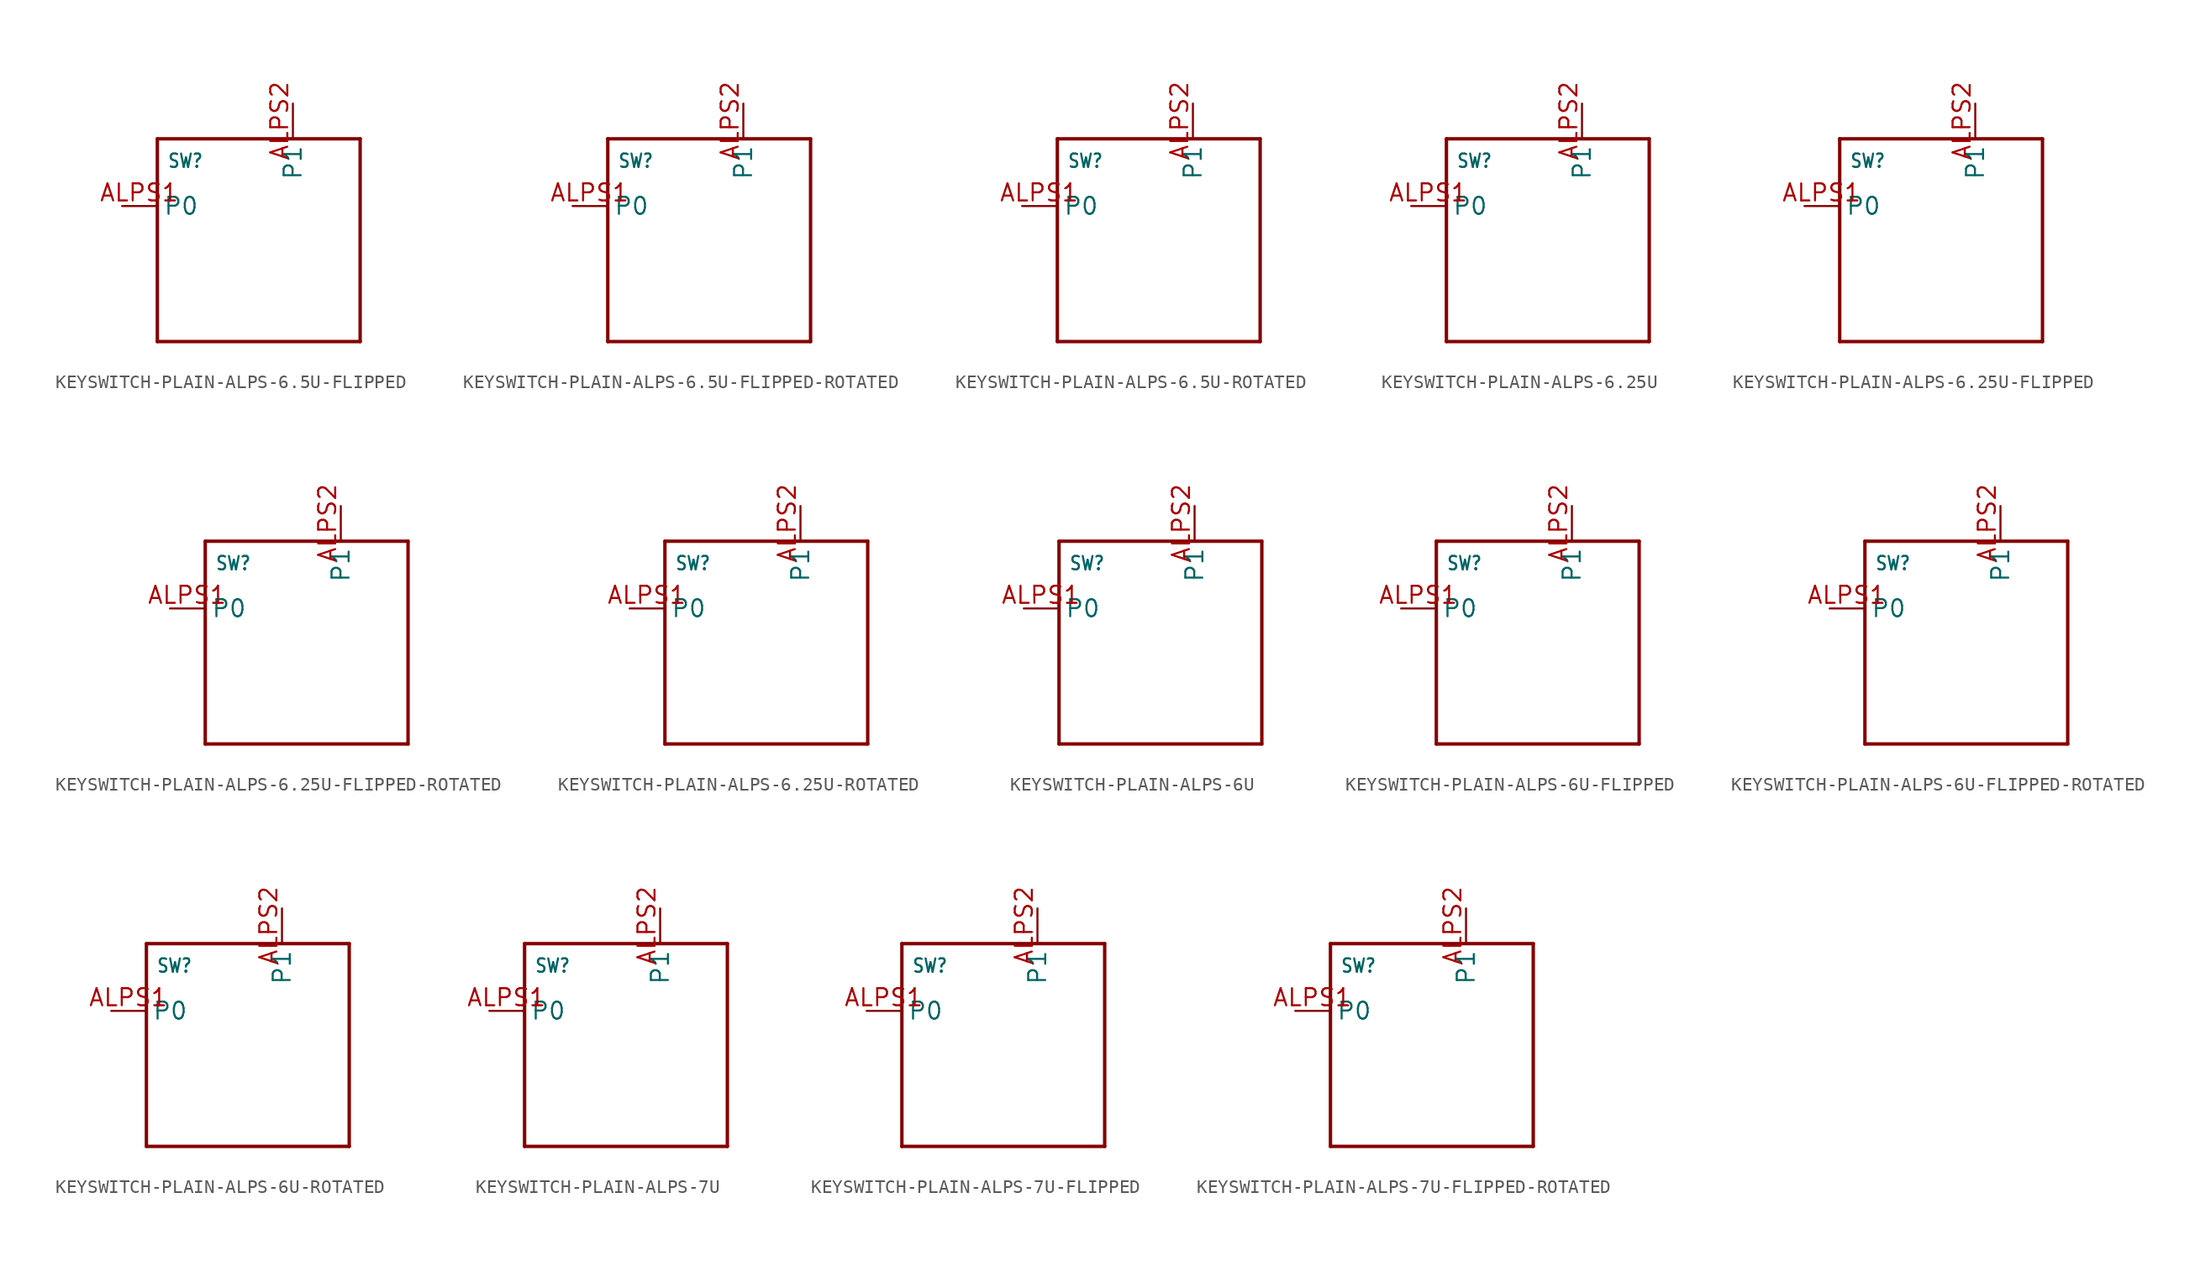
<source format=kicad_sym>
(kicad_symbol_lib
  (version 20211014)
  (generator kicad_symbol_editor)
  (symbol "KEYSWITCH-PLAIN-ALPS-6.5U-FLIPPED"
    (property "Reference" "SW"
      (at -6.81 5.318 0)
      (effects (font (size 1 0.85)) (justify left bottom)))
    (property "ki_locked" ""
      (at 0 0 0)
      (effects (font (size 1.27 1.27))))
    (symbol "KEYSWITCH-PLAIN-ALPS-6.5U-FLIPPED_1_0"
      (polyline (pts (xy -7.54 -7.54) (xy -7.54 7.54)) (stroke (width 0.254) (type default) (color 0 0 0 0)) (fill (type none)))
      (polyline (pts (xy -7.54 7.54) (xy 7.54 7.54)) (stroke (width 0.254) (type default) (color 0 0 0 0)) (fill (type none)))
      (polyline (pts (xy 7.54 -7.54) (xy -7.54 -7.54)) (stroke (width 0.254) (type default) (color 0 0 0 0)) (fill (type none)))
      (polyline (pts (xy 7.54 7.54) (xy 7.54 -7.54)) (stroke (width 0.254) (type default) (color 0 0 0 0)) (fill (type none)))
      (pin bidirectional line (at -10.16 2.54 0) (length 2.54) (name "P0" (effects (font (size 1.27 1.27)))) (number "ALPS1" (effects (font (size 1.27 1.27)))))
      (pin bidirectional line (at 2.54 10.16 270) (length 2.54) (name "P1" (effects (font (size 1.27 1.27)))) (number "ALPS2" (effects (font (size 1.27 1.27)))))))
  (symbol "KEYSWITCH-PLAIN-ALPS-6.5U-FLIPPED-ROTATED"
    (property "Reference" "SW"
      (at -6.81 5.318 0)
      (effects (font (size 1 0.85)) (justify left bottom)))
    (property "ki_locked" ""
      (at 0 0 0)
      (effects (font (size 1.27 1.27))))
    (symbol "KEYSWITCH-PLAIN-ALPS-6.5U-FLIPPED-ROTATED_1_0"
      (polyline (pts (xy -7.54 -7.54) (xy -7.54 7.54)) (stroke (width 0.254) (type default) (color 0 0 0 0)) (fill (type none)))
      (polyline (pts (xy -7.54 7.54) (xy 7.54 7.54)) (stroke (width 0.254) (type default) (color 0 0 0 0)) (fill (type none)))
      (polyline (pts (xy 7.54 -7.54) (xy -7.54 -7.54)) (stroke (width 0.254) (type default) (color 0 0 0 0)) (fill (type none)))
      (polyline (pts (xy 7.54 7.54) (xy 7.54 -7.54)) (stroke (width 0.254) (type default) (color 0 0 0 0)) (fill (type none)))
      (pin bidirectional line (at -10.16 2.54 0) (length 2.54) (name "P0" (effects (font (size 1.27 1.27)))) (number "ALPS1" (effects (font (size 1.27 1.27)))))
      (pin bidirectional line (at 2.54 10.16 270) (length 2.54) (name "P1" (effects (font (size 1.27 1.27)))) (number "ALPS2" (effects (font (size 1.27 1.27)))))))
  (symbol "KEYSWITCH-PLAIN-ALPS-6.5U-ROTATED"
    (property "Reference" "SW"
      (at -6.81 5.318 0)
      (effects (font (size 1 0.85)) (justify left bottom)))
    (property "ki_locked" ""
      (at 0 0 0)
      (effects (font (size 1.27 1.27))))
    (symbol "KEYSWITCH-PLAIN-ALPS-6.5U-ROTATED_1_0"
      (polyline (pts (xy -7.54 -7.54) (xy -7.54 7.54)) (stroke (width 0.254) (type default) (color 0 0 0 0)) (fill (type none)))
      (polyline (pts (xy -7.54 7.54) (xy 7.54 7.54)) (stroke (width 0.254) (type default) (color 0 0 0 0)) (fill (type none)))
      (polyline (pts (xy 7.54 -7.54) (xy -7.54 -7.54)) (stroke (width 0.254) (type default) (color 0 0 0 0)) (fill (type none)))
      (polyline (pts (xy 7.54 7.54) (xy 7.54 -7.54)) (stroke (width 0.254) (type default) (color 0 0 0 0)) (fill (type none)))
      (pin bidirectional line (at -10.16 2.54 0) (length 2.54) (name "P0" (effects (font (size 1.27 1.27)))) (number "ALPS1" (effects (font (size 1.27 1.27)))))
      (pin bidirectional line (at 2.54 10.16 270) (length 2.54) (name "P1" (effects (font (size 1.27 1.27)))) (number "ALPS2" (effects (font (size 1.27 1.27)))))))
  (symbol "KEYSWITCH-PLAIN-ALPS-6.25U"
    (property "Reference" "SW"
      (at -6.81 5.318 0)
      (effects (font (size 1 0.85)) (justify left bottom)))
    (property "ki_locked" ""
      (at 0 0 0)
      (effects (font (size 1.27 1.27))))
    (symbol "KEYSWITCH-PLAIN-ALPS-6.25U_1_0"
      (polyline (pts (xy -7.54 -7.54) (xy -7.54 7.54)) (stroke (width 0.254) (type default) (color 0 0 0 0)) (fill (type none)))
      (polyline (pts (xy -7.54 7.54) (xy 7.54 7.54)) (stroke (width 0.254) (type default) (color 0 0 0 0)) (fill (type none)))
      (polyline (pts (xy 7.54 -7.54) (xy -7.54 -7.54)) (stroke (width 0.254) (type default) (color 0 0 0 0)) (fill (type none)))
      (polyline (pts (xy 7.54 7.54) (xy 7.54 -7.54)) (stroke (width 0.254) (type default) (color 0 0 0 0)) (fill (type none)))
      (pin bidirectional line (at -10.16 2.54 0) (length 2.54) (name "P0" (effects (font (size 1.27 1.27)))) (number "ALPS1" (effects (font (size 1.27 1.27)))))
      (pin bidirectional line (at 2.54 10.16 270) (length 2.54) (name "P1" (effects (font (size 1.27 1.27)))) (number "ALPS2" (effects (font (size 1.27 1.27)))))))
  (symbol "KEYSWITCH-PLAIN-ALPS-6.25U-FLIPPED"
    (property "Reference" "SW"
      (at -6.81 5.318 0)
      (effects (font (size 1 0.85)) (justify left bottom)))
    (property "ki_locked" ""
      (at 0 0 0)
      (effects (font (size 1.27 1.27))))
    (symbol "KEYSWITCH-PLAIN-ALPS-6.25U-FLIPPED_1_0"
      (polyline (pts (xy -7.54 -7.54) (xy -7.54 7.54)) (stroke (width 0.254) (type default) (color 0 0 0 0)) (fill (type none)))
      (polyline (pts (xy -7.54 7.54) (xy 7.54 7.54)) (stroke (width 0.254) (type default) (color 0 0 0 0)) (fill (type none)))
      (polyline (pts (xy 7.54 -7.54) (xy -7.54 -7.54)) (stroke (width 0.254) (type default) (color 0 0 0 0)) (fill (type none)))
      (polyline (pts (xy 7.54 7.54) (xy 7.54 -7.54)) (stroke (width 0.254) (type default) (color 0 0 0 0)) (fill (type none)))
      (pin bidirectional line (at -10.16 2.54 0) (length 2.54) (name "P0" (effects (font (size 1.27 1.27)))) (number "ALPS1" (effects (font (size 1.27 1.27)))))
      (pin bidirectional line (at 2.54 10.16 270) (length 2.54) (name "P1" (effects (font (size 1.27 1.27)))) (number "ALPS2" (effects (font (size 1.27 1.27)))))))
  (symbol "KEYSWITCH-PLAIN-ALPS-6.25U-FLIPPED-ROTATED"
    (property "Reference" "SW"
      (at -6.81 5.318 0)
      (effects (font (size 1 0.85)) (justify left bottom)))
    (property "ki_locked" ""
      (at 0 0 0)
      (effects (font (size 1.27 1.27))))
    (symbol "KEYSWITCH-PLAIN-ALPS-6.25U-FLIPPED-ROTATED_1_0"
      (polyline (pts (xy -7.54 -7.54) (xy -7.54 7.54)) (stroke (width 0.254) (type default) (color 0 0 0 0)) (fill (type none)))
      (polyline (pts (xy -7.54 7.54) (xy 7.54 7.54)) (stroke (width 0.254) (type default) (color 0 0 0 0)) (fill (type none)))
      (polyline (pts (xy 7.54 -7.54) (xy -7.54 -7.54)) (stroke (width 0.254) (type default) (color 0 0 0 0)) (fill (type none)))
      (polyline (pts (xy 7.54 7.54) (xy 7.54 -7.54)) (stroke (width 0.254) (type default) (color 0 0 0 0)) (fill (type none)))
      (pin bidirectional line (at -10.16 2.54 0) (length 2.54) (name "P0" (effects (font (size 1.27 1.27)))) (number "ALPS1" (effects (font (size 1.27 1.27)))))
      (pin bidirectional line (at 2.54 10.16 270) (length 2.54) (name "P1" (effects (font (size 1.27 1.27)))) (number "ALPS2" (effects (font (size 1.27 1.27)))))))
  (symbol "KEYSWITCH-PLAIN-ALPS-6.25U-ROTATED"
    (property "Reference" "SW"
      (at -6.81 5.318 0)
      (effects (font (size 1 0.85)) (justify left bottom)))
    (property "ki_locked" ""
      (at 0 0 0)
      (effects (font (size 1.27 1.27))))
    (symbol "KEYSWITCH-PLAIN-ALPS-6.25U-ROTATED_1_0"
      (polyline (pts (xy -7.54 -7.54) (xy -7.54 7.54)) (stroke (width 0.254) (type default) (color 0 0 0 0)) (fill (type none)))
      (polyline (pts (xy -7.54 7.54) (xy 7.54 7.54)) (stroke (width 0.254) (type default) (color 0 0 0 0)) (fill (type none)))
      (polyline (pts (xy 7.54 -7.54) (xy -7.54 -7.54)) (stroke (width 0.254) (type default) (color 0 0 0 0)) (fill (type none)))
      (polyline (pts (xy 7.54 7.54) (xy 7.54 -7.54)) (stroke (width 0.254) (type default) (color 0 0 0 0)) (fill (type none)))
      (pin bidirectional line (at -10.16 2.54 0) (length 2.54) (name "P0" (effects (font (size 1.27 1.27)))) (number "ALPS1" (effects (font (size 1.27 1.27)))))
      (pin bidirectional line (at 2.54 10.16 270) (length 2.54) (name "P1" (effects (font (size 1.27 1.27)))) (number "ALPS2" (effects (font (size 1.27 1.27)))))))
  (symbol "KEYSWITCH-PLAIN-ALPS-6U"
    (property "Reference" "SW"
      (at -6.81 5.318 0)
      (effects (font (size 1 0.85)) (justify left bottom)))
    (property "ki_locked" ""
      (at 0 0 0)
      (effects (font (size 1.27 1.27))))
    (symbol "KEYSWITCH-PLAIN-ALPS-6U_1_0"
      (polyline (pts (xy -7.54 -7.54) (xy -7.54 7.54)) (stroke (width 0.254) (type default) (color 0 0 0 0)) (fill (type none)))
      (polyline (pts (xy -7.54 7.54) (xy 7.54 7.54)) (stroke (width 0.254) (type default) (color 0 0 0 0)) (fill (type none)))
      (polyline (pts (xy 7.54 -7.54) (xy -7.54 -7.54)) (stroke (width 0.254) (type default) (color 0 0 0 0)) (fill (type none)))
      (polyline (pts (xy 7.54 7.54) (xy 7.54 -7.54)) (stroke (width 0.254) (type default) (color 0 0 0 0)) (fill (type none)))
      (pin bidirectional line (at -10.16 2.54 0) (length 2.54) (name "P0" (effects (font (size 1.27 1.27)))) (number "ALPS1" (effects (font (size 1.27 1.27)))))
      (pin bidirectional line (at 2.54 10.16 270) (length 2.54) (name "P1" (effects (font (size 1.27 1.27)))) (number "ALPS2" (effects (font (size 1.27 1.27)))))))
  (symbol "KEYSWITCH-PLAIN-ALPS-6U-FLIPPED"
    (property "Reference" "SW"
      (at -6.81 5.318 0)
      (effects (font (size 1 0.85)) (justify left bottom)))
    (property "ki_locked" ""
      (at 0 0 0)
      (effects (font (size 1.27 1.27))))
    (symbol "KEYSWITCH-PLAIN-ALPS-6U-FLIPPED_1_0"
      (polyline (pts (xy -7.54 -7.54) (xy -7.54 7.54)) (stroke (width 0.254) (type default) (color 0 0 0 0)) (fill (type none)))
      (polyline (pts (xy -7.54 7.54) (xy 7.54 7.54)) (stroke (width 0.254) (type default) (color 0 0 0 0)) (fill (type none)))
      (polyline (pts (xy 7.54 -7.54) (xy -7.54 -7.54)) (stroke (width 0.254) (type default) (color 0 0 0 0)) (fill (type none)))
      (polyline (pts (xy 7.54 7.54) (xy 7.54 -7.54)) (stroke (width 0.254) (type default) (color 0 0 0 0)) (fill (type none)))
      (pin bidirectional line (at -10.16 2.54 0) (length 2.54) (name "P0" (effects (font (size 1.27 1.27)))) (number "ALPS1" (effects (font (size 1.27 1.27)))))
      (pin bidirectional line (at 2.54 10.16 270) (length 2.54) (name "P1" (effects (font (size 1.27 1.27)))) (number "ALPS2" (effects (font (size 1.27 1.27)))))))
  (symbol "KEYSWITCH-PLAIN-ALPS-6U-FLIPPED-ROTATED"
    (property "Reference" "SW"
      (at -6.81 5.318 0)
      (effects (font (size 1 0.85)) (justify left bottom)))
    (property "ki_locked" ""
      (at 0 0 0)
      (effects (font (size 1.27 1.27))))
    (symbol "KEYSWITCH-PLAIN-ALPS-6U-FLIPPED-ROTATED_1_0"
      (polyline (pts (xy -7.54 -7.54) (xy -7.54 7.54)) (stroke (width 0.254) (type default) (color 0 0 0 0)) (fill (type none)))
      (polyline (pts (xy -7.54 7.54) (xy 7.54 7.54)) (stroke (width 0.254) (type default) (color 0 0 0 0)) (fill (type none)))
      (polyline (pts (xy 7.54 -7.54) (xy -7.54 -7.54)) (stroke (width 0.254) (type default) (color 0 0 0 0)) (fill (type none)))
      (polyline (pts (xy 7.54 7.54) (xy 7.54 -7.54)) (stroke (width 0.254) (type default) (color 0 0 0 0)) (fill (type none)))
      (pin bidirectional line (at -10.16 2.54 0) (length 2.54) (name "P0" (effects (font (size 1.27 1.27)))) (number "ALPS1" (effects (font (size 1.27 1.27)))))
      (pin bidirectional line (at 2.54 10.16 270) (length 2.54) (name "P1" (effects (font (size 1.27 1.27)))) (number "ALPS2" (effects (font (size 1.27 1.27)))))))
  (symbol "KEYSWITCH-PLAIN-ALPS-6U-ROTATED"
    (property "Reference" "SW"
      (at -6.81 5.318 0)
      (effects (font (size 1 0.85)) (justify left bottom)))
    (property "ki_locked" ""
      (at 0 0 0)
      (effects (font (size 1.27 1.27))))
    (symbol "KEYSWITCH-PLAIN-ALPS-6U-ROTATED_1_0"
      (polyline (pts (xy -7.54 -7.54) (xy -7.54 7.54)) (stroke (width 0.254) (type default) (color 0 0 0 0)) (fill (type none)))
      (polyline (pts (xy -7.54 7.54) (xy 7.54 7.54)) (stroke (width 0.254) (type default) (color 0 0 0 0)) (fill (type none)))
      (polyline (pts (xy 7.54 -7.54) (xy -7.54 -7.54)) (stroke (width 0.254) (type default) (color 0 0 0 0)) (fill (type none)))
      (polyline (pts (xy 7.54 7.54) (xy 7.54 -7.54)) (stroke (width 0.254) (type default) (color 0 0 0 0)) (fill (type none)))
      (pin bidirectional line (at -10.16 2.54 0) (length 2.54) (name "P0" (effects (font (size 1.27 1.27)))) (number "ALPS1" (effects (font (size 1.27 1.27)))))
      (pin bidirectional line (at 2.54 10.16 270) (length 2.54) (name "P1" (effects (font (size 1.27 1.27)))) (number "ALPS2" (effects (font (size 1.27 1.27)))))))
  (symbol "KEYSWITCH-PLAIN-ALPS-7U"
    (property "Reference" "SW"
      (at -6.81 5.318 0)
      (effects (font (size 1 0.85)) (justify left bottom)))
    (property "ki_locked" ""
      (at 0 0 0)
      (effects (font (size 1.27 1.27))))
    (symbol "KEYSWITCH-PLAIN-ALPS-7U_1_0"
      (polyline (pts (xy -7.54 -7.54) (xy -7.54 7.54)) (stroke (width 0.254) (type default) (color 0 0 0 0)) (fill (type none)))
      (polyline (pts (xy -7.54 7.54) (xy 7.54 7.54)) (stroke (width 0.254) (type default) (color 0 0 0 0)) (fill (type none)))
      (polyline (pts (xy 7.54 -7.54) (xy -7.54 -7.54)) (stroke (width 0.254) (type default) (color 0 0 0 0)) (fill (type none)))
      (polyline (pts (xy 7.54 7.54) (xy 7.54 -7.54)) (stroke (width 0.254) (type default) (color 0 0 0 0)) (fill (type none)))
      (pin bidirectional line (at -10.16 2.54 0) (length 2.54) (name "P0" (effects (font (size 1.27 1.27)))) (number "ALPS1" (effects (font (size 1.27 1.27)))))
      (pin bidirectional line (at 2.54 10.16 270) (length 2.54) (name "P1" (effects (font (size 1.27 1.27)))) (number "ALPS2" (effects (font (size 1.27 1.27)))))))
  (symbol "KEYSWITCH-PLAIN-ALPS-7U-FLIPPED"
    (property "Reference" "SW"
      (at -6.81 5.318 0)
      (effects (font (size 1 0.85)) (justify left bottom)))
    (property "ki_locked" ""
      (at 0 0 0)
      (effects (font (size 1.27 1.27))))
    (symbol "KEYSWITCH-PLAIN-ALPS-7U-FLIPPED_1_0"
      (polyline (pts (xy -7.54 -7.54) (xy -7.54 7.54)) (stroke (width 0.254) (type default) (color 0 0 0 0)) (fill (type none)))
      (polyline (pts (xy -7.54 7.54) (xy 7.54 7.54)) (stroke (width 0.254) (type default) (color 0 0 0 0)) (fill (type none)))
      (polyline (pts (xy 7.54 -7.54) (xy -7.54 -7.54)) (stroke (width 0.254) (type default) (color 0 0 0 0)) (fill (type none)))
      (polyline (pts (xy 7.54 7.54) (xy 7.54 -7.54)) (stroke (width 0.254) (type default) (color 0 0 0 0)) (fill (type none)))
      (pin bidirectional line (at -10.16 2.54 0) (length 2.54) (name "P0" (effects (font (size 1.27 1.27)))) (number "ALPS1" (effects (font (size 1.27 1.27)))))
      (pin bidirectional line (at 2.54 10.16 270) (length 2.54) (name "P1" (effects (font (size 1.27 1.27)))) (number "ALPS2" (effects (font (size 1.27 1.27)))))))
  (symbol "KEYSWITCH-PLAIN-ALPS-7U-FLIPPED-ROTATED"
    (property "Reference" "SW"
      (at -6.81 5.318 0)
      (effects (font (size 1 0.85)) (justify left bottom)))
    (property "ki_locked" ""
      (at 0 0 0)
      (effects (font (size 1.27 1.27))))
    (symbol "KEYSWITCH-PLAIN-ALPS-7U-FLIPPED-ROTATED_1_0"
      (polyline (pts (xy -7.54 -7.54) (xy -7.54 7.54)) (stroke (width 0.254) (type default) (color 0 0 0 0)) (fill (type none)))
      (polyline (pts (xy -7.54 7.54) (xy 7.54 7.54)) (stroke (width 0.254) (type default) (color 0 0 0 0)) (fill (type none)))
      (polyline (pts (xy 7.54 -7.54) (xy -7.54 -7.54)) (stroke (width 0.254) (type default) (color 0 0 0 0)) (fill (type none)))
      (polyline (pts (xy 7.54 7.54) (xy 7.54 -7.54)) (stroke (width 0.254) (type default) (color 0 0 0 0)) (fill (type none)))
      (pin bidirectional line (at -10.16 2.54 0) (length 2.54) (name "P0" (effects (font (size 1.27 1.27)))) (number "ALPS1" (effects (font (size 1.27 1.27)))))
      (pin bidirectional line (at 2.54 10.16 270) (length 2.54) (name "P1" (effects (font (size 1.27 1.27)))) (number "ALPS2" (effects (font (size 1.27 1.27))))))))
</source>
